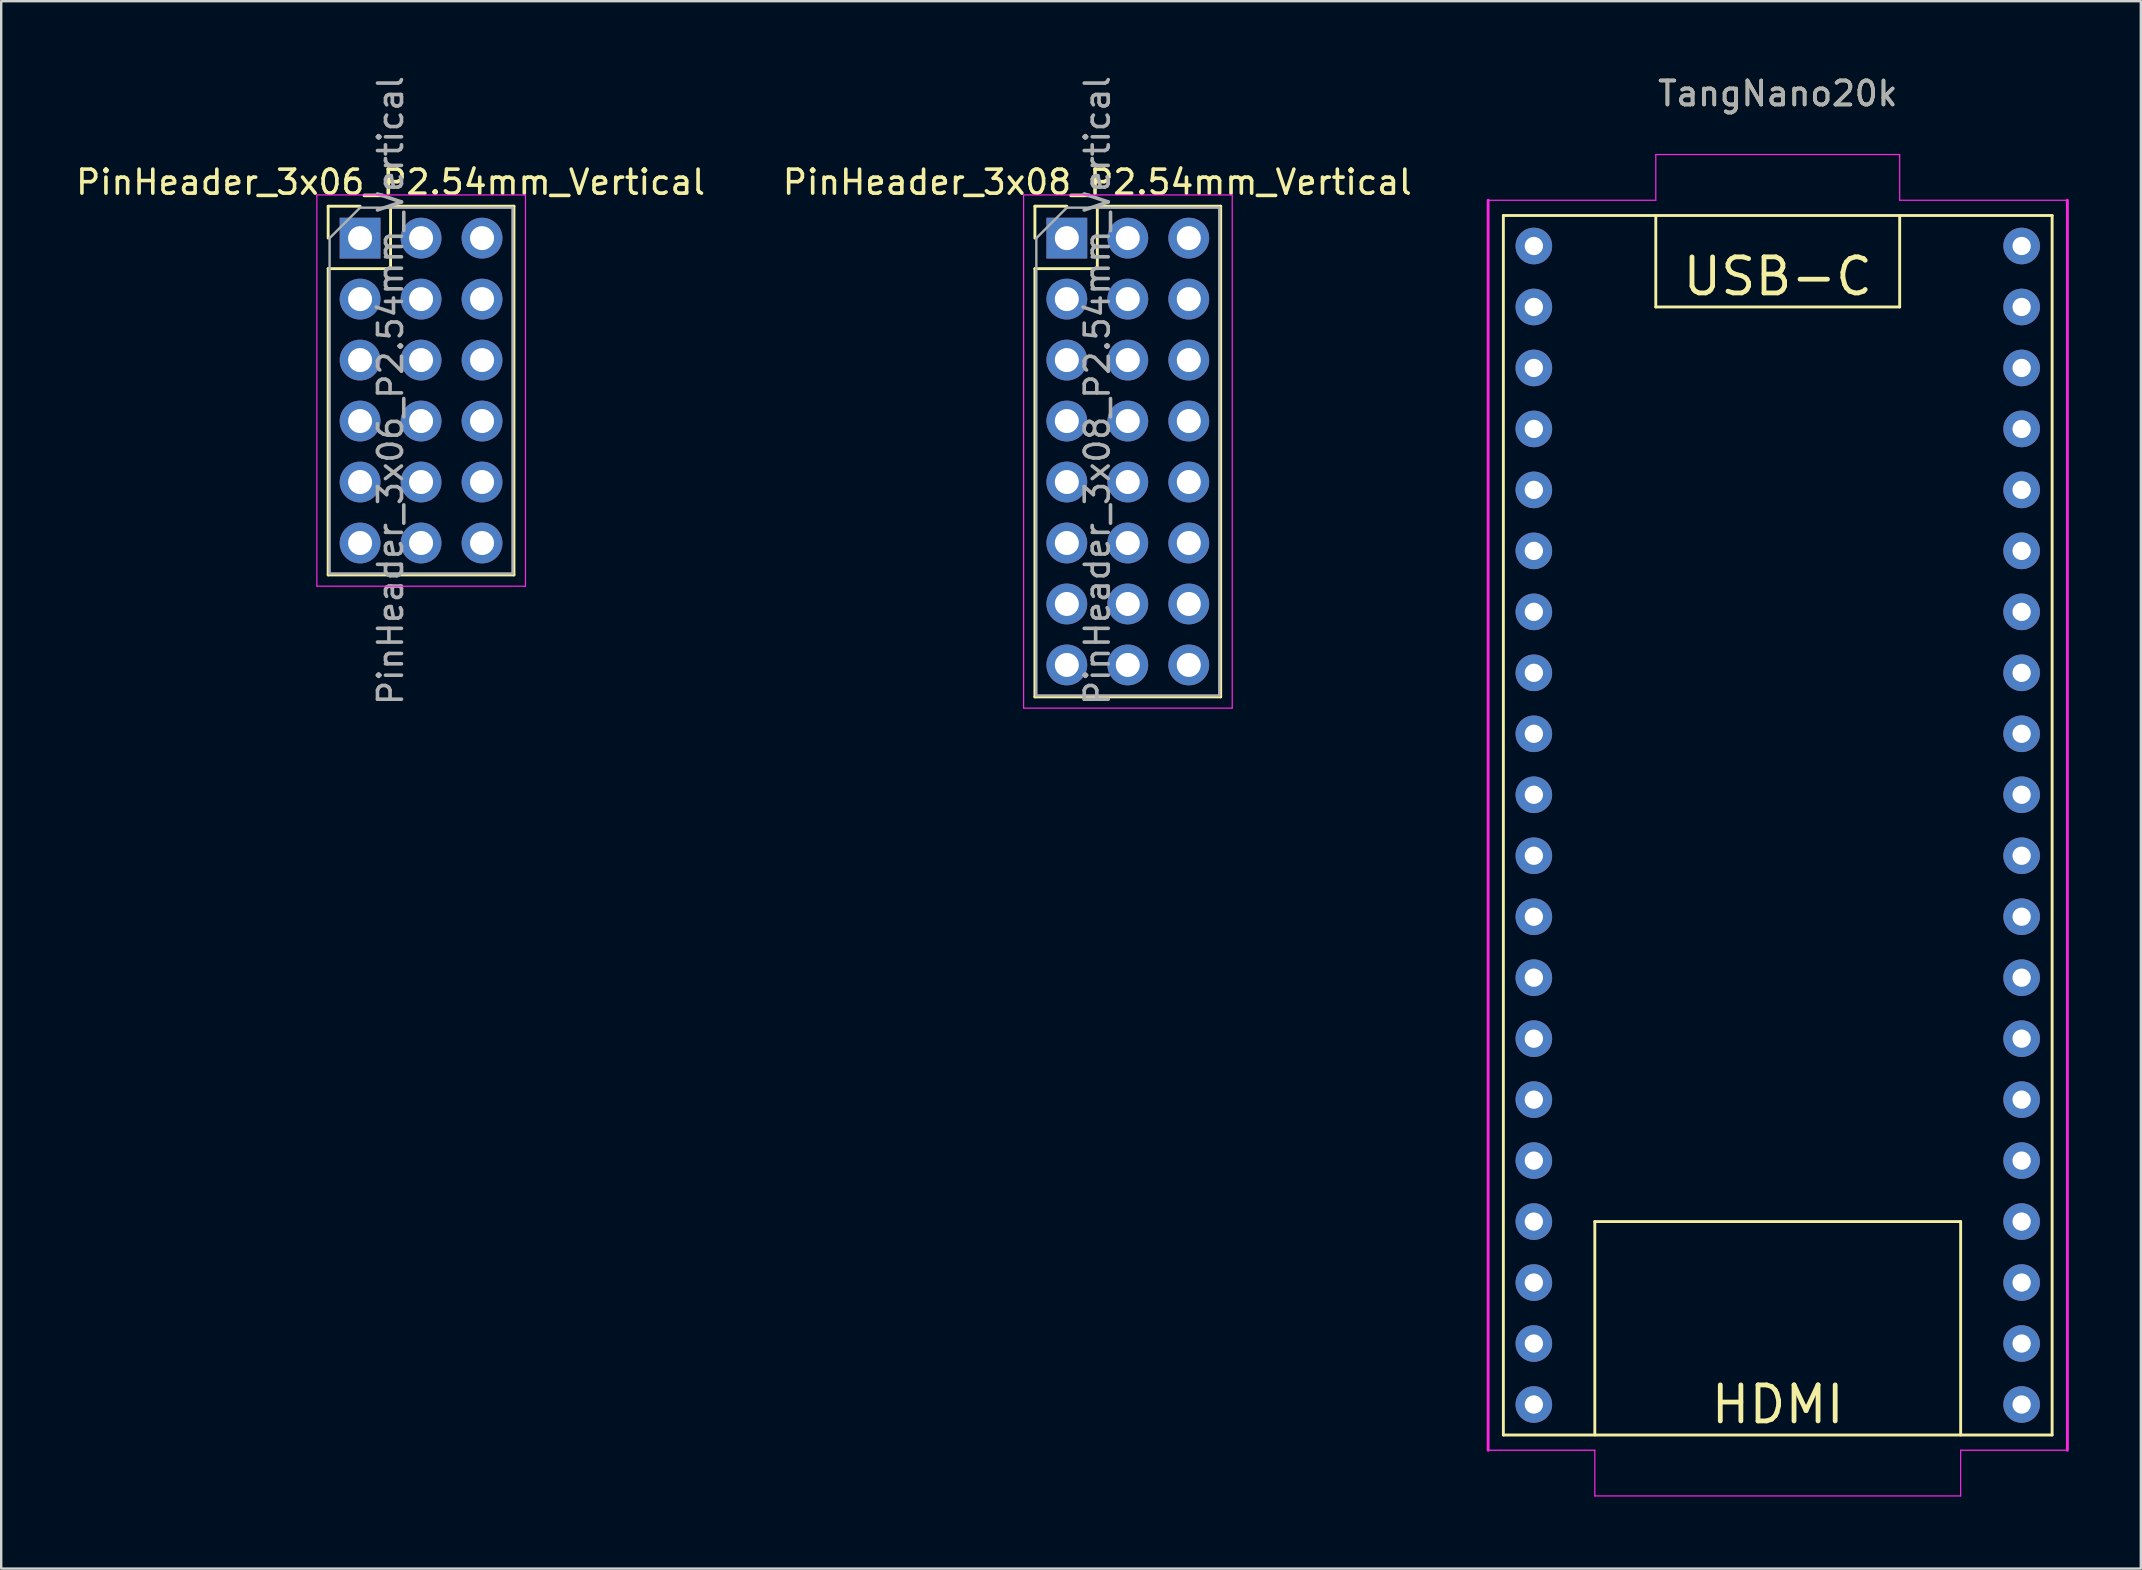
<source format=kicad_pcb>
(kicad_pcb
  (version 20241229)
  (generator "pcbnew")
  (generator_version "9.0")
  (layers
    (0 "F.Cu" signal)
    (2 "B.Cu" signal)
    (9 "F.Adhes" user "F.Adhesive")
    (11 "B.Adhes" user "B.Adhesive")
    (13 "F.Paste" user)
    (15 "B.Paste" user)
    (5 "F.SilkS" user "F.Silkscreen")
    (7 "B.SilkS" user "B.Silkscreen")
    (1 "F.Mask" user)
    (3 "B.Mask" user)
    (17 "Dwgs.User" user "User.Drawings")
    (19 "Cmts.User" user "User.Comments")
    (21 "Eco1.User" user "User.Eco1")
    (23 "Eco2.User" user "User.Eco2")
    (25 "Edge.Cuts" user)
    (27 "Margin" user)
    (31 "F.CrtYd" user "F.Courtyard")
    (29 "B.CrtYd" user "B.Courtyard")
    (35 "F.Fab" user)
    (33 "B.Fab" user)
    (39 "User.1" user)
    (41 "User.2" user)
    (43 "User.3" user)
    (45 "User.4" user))
  (footprint "TangNano20k"
    (layer "F.Cu")
    (at 60.846 7.198)
    (property "Reference" "TangNano20k" (at 10.16 -6.35 0) (unlocked yes) (layer "F.SilkS") (effects (font (size 1 1) (thickness 0.15))))
    (attr through_hole)
    (fp_line (start -1.27 -1.27) (end 21.59 -1.27) (stroke (width 0.12) (type solid)) (layer "F.SilkS"))
    (fp_line (start -1.27 49.53) (end -1.27 -1.27) (stroke (width 0.12) (type solid)) (layer "F.SilkS"))
    (fp_line (start 2.54 40.64) (end 2.54 49.53) (stroke (width 0.12) (type solid)) (layer "F.SilkS"))
    (fp_line (start 5.08 2.54) (end 5.08 -1.27) (stroke (width 0.12) (type solid)) (layer "F.SilkS"))
    (fp_line (start 15.24 -1.27) (end 15.24 2.54) (stroke (width 0.12) (type solid)) (layer "F.SilkS"))
    (fp_line (start 15.24 2.54) (end 5.08 2.54) (stroke (width 0.12) (type solid)) (layer "F.SilkS"))
    (fp_line (start 17.78 40.64) (end 2.54 40.64) (stroke (width 0.12) (type solid)) (layer "F.SilkS"))
    (fp_line (start 17.78 49.53) (end 17.78 40.64) (stroke (width 0.12) (type solid)) (layer "F.SilkS"))
    (fp_line (start 21.59 -1.27) (end 21.59 49.53) (stroke (width 0.12) (type solid)) (layer "F.SilkS"))
    (fp_line (start 21.59 49.53) (end -1.27 49.53) (stroke (width 0.12) (type solid)) (layer "F.SilkS"))
    (fp_line (start -1.905 -1.905) (end 5.08 -1.905) (stroke (width 0.05) (type solid)) (layer "F.CrtYd"))
    (fp_line (start -1.905 50.165) (end -1.905 -1.905) (stroke (width 0.12) (type solid)) (layer "F.CrtYd"))
    (fp_line (start -1.905 50.165) (end 2.54 50.165) (stroke (width 0.05) (type solid)) (layer "F.CrtYd"))
    (fp_line (start 2.54 50.165) (end 2.54 52.07) (stroke (width 0.05) (type solid)) (layer "F.CrtYd"))
    (fp_line (start 2.54 52.07) (end 17.78 52.07) (stroke (width 0.05) (type solid)) (layer "F.CrtYd"))
    (fp_line (start 5.08 -3.81) (end 15.24 -3.81) (stroke (width 0.05) (type solid)) (layer "F.CrtYd"))
    (fp_line (start 5.08 -1.905) (end 5.08 -3.81) (stroke (width 0.05) (type solid)) (layer "F.CrtYd"))
    (fp_line (start 15.24 -3.81) (end 15.24 -1.905) (stroke (width 0.05) (type solid)) (layer "F.CrtYd"))
    (fp_line (start 15.24 -1.905) (end 22.225 -1.905) (stroke (width 0.05) (type solid)) (layer "F.CrtYd"))
    (fp_line (start 17.78 50.165) (end 22.225 50.165) (stroke (width 0.05) (type solid)) (layer "F.CrtYd"))
    (fp_line (start 17.78 52.07) (end 17.78 50.165) (stroke (width 0.05) (type solid)) (layer "F.CrtYd"))
    (fp_line (start 22.225 -1.905) (end 22.225 50.165) (stroke (width 0.12) (type solid)) (layer "F.CrtYd"))
    (fp_text user "USB-C" (at 10.16 1.27 0) (unlocked yes) (layer "F.SilkS") (effects (font (size 1.5 1.5) (thickness 0.2))))
    (fp_text user "HDMI" (at 10.16 48.26 0) (unlocked yes) (layer "F.SilkS") (effects (font (size 1.5 1.5) (thickness 0.2))))
    (fp_text user "${REFERENCE}" (at 10.16 -6.35 0) (unlocked yes) (layer "F.Fab") (effects (font (size 1 1) (thickness 0.15))))
    (pad "1" thru_hole circle (at 0 0) (size 1.524 1.524) (drill 0.762) (layers "*.Cu" "*.Mask"))
    (pad "2" thru_hole circle (at 0 2.54) (size 1.524 1.524) (drill 0.762) (layers "*.Cu" "*.Mask"))
    (pad "3" thru_hole circle (at 0 5.08) (size 1.524 1.524) (drill 0.762) (layers "*.Cu" "*.Mask"))
    (pad "4" thru_hole circle (at 0 7.62) (size 1.524 1.524) (drill 0.762) (layers "*.Cu" "*.Mask"))
    (pad "5" thru_hole circle (at 0 10.16) (size 1.524 1.524) (drill 0.762) (layers "*.Cu" "*.Mask"))
    (pad "6" thru_hole circle (at 0 12.7) (size 1.524 1.524) (drill 0.762) (layers "*.Cu" "*.Mask"))
    (pad "7" thru_hole circle (at 0 15.24) (size 1.524 1.524) (drill 0.762) (layers "*.Cu" "*.Mask"))
    (pad "8" thru_hole circle (at 0 17.78) (size 1.524 1.524) (drill 0.762) (layers "*.Cu" "*.Mask"))
    (pad "9" thru_hole circle (at 0 20.32) (size 1.524 1.524) (drill 0.762) (layers "*.Cu" "*.Mask"))
    (pad "10" thru_hole circle (at 0 22.86) (size 1.524 1.524) (drill 0.762) (layers "*.Cu" "*.Mask"))
    (pad "11" thru_hole circle (at 0 25.4) (size 1.524 1.524) (drill 0.762) (layers "*.Cu" "*.Mask"))
    (pad "12" thru_hole circle (at 0 27.94) (size 1.524 1.524) (drill 0.762) (layers "*.Cu" "*.Mask"))
    (pad "13" thru_hole circle (at 0 30.48) (size 1.524 1.524) (drill 0.762) (layers "*.Cu" "*.Mask"))
    (pad "14" thru_hole circle (at 0 33.02) (size 1.524 1.524) (drill 0.762) (layers "*.Cu" "*.Mask"))
    (pad "15" thru_hole circle (at 0 35.56) (size 1.524 1.524) (drill 0.762) (layers "*.Cu" "*.Mask"))
    (pad "16" thru_hole circle (at 0 38.1) (size 1.524 1.524) (drill 0.762) (layers "*.Cu" "*.Mask"))
    (pad "17" thru_hole circle (at 0 40.64) (size 1.524 1.524) (drill 0.762) (layers "*.Cu" "*.Mask"))
    (pad "18" thru_hole circle (at 0 43.18) (size 1.524 1.524) (drill 0.762) (layers "*.Cu" "*.Mask"))
    (pad "19" thru_hole circle (at 0 45.72) (size 1.524 1.524) (drill 0.762) (layers "*.Cu" "*.Mask"))
    (pad "20" thru_hole circle (at 0 48.26) (size 1.524 1.524) (drill 0.762) (layers "*.Cu" "*.Mask"))
    (pad "21" thru_hole circle (at 20.32 48.26) (size 1.524 1.524) (drill 0.762) (layers "*.Cu" "*.Mask"))
    (pad "22" thru_hole circle (at 20.32 45.72) (size 1.524 1.524) (drill 0.762) (layers "*.Cu" "*.Mask"))
    (pad "23" thru_hole circle (at 20.32 43.18) (size 1.524 1.524) (drill 0.762) (layers "*.Cu" "*.Mask"))
    (pad "24" thru_hole circle (at 20.32 40.64) (size 1.524 1.524) (drill 0.762) (layers "*.Cu" "*.Mask"))
    (pad "25" thru_hole circle (at 20.32 38.1) (size 1.524 1.524) (drill 0.762) (layers "*.Cu" "*.Mask"))
    (pad "26" thru_hole circle (at 20.32 35.56) (size 1.524 1.524) (drill 0.762) (layers "*.Cu" "*.Mask"))
    (pad "27" thru_hole circle (at 20.32 33.02) (size 1.524 1.524) (drill 0.762) (layers "*.Cu" "*.Mask"))
    (pad "28" thru_hole circle (at 20.32 30.48) (size 1.524 1.524) (drill 0.762) (layers "*.Cu" "*.Mask"))
    (pad "29" thru_hole circle (at 20.32 27.94) (size 1.524 1.524) (drill 0.762) (layers "*.Cu" "*.Mask"))
    (pad "30" thru_hole circle (at 20.32 25.4) (size 1.524 1.524) (drill 0.762) (layers "*.Cu" "*.Mask"))
    (pad "31" thru_hole circle (at 20.32 22.86) (size 1.524 1.524) (drill 0.762) (layers "*.Cu" "*.Mask"))
    (pad "32" thru_hole circle (at 20.32 20.32) (size 1.524 1.524) (drill 0.762) (layers "*.Cu" "*.Mask"))
    (pad "33" thru_hole circle (at 20.32 17.78) (size 1.524 1.524) (drill 0.762) (layers "*.Cu" "*.Mask"))
    (pad "34" thru_hole circle (at 20.32 15.24) (size 1.524 1.524) (drill 0.762) (layers "*.Cu" "*.Mask"))
    (pad "35" thru_hole circle (at 20.32 12.7) (size 1.524 1.524) (drill 0.762) (layers "*.Cu" "*.Mask"))
    (pad "36" thru_hole circle (at 20.32 10.16) (size 1.524 1.524) (drill 0.762) (layers "*.Cu" "*.Mask"))
    (pad "37" thru_hole circle (at 20.32 7.62) (size 1.524 1.524) (drill 0.762) (layers "*.Cu" "*.Mask"))
    (pad "38" thru_hole circle (at 20.32 5.08) (size 1.524 1.524) (drill 0.762) (layers "*.Cu" "*.Mask"))
    (pad "39" thru_hole circle (at 20.32 2.54) (size 1.524 1.524) (drill 0.762) (layers "*.Cu" "*.Mask"))
    (pad "40" thru_hole circle (at 20.32 0) (size 1.524 1.524) (drill 0.762) (layers "*.Cu" "*.Mask")))
  (footprint "PinHeader_3x08_P2.54mm_Vertical"
    (layer "F.Cu")
    (at 41.391 6.87)
    (property "Reference" "PinHeader_3x08_P2.54mm_Vertical" (at 1.27 -2.33 0) (layer "F.SilkS") (effects (font (size 1 1) (thickness 0.15))))
    (attr through_hole)
    (fp_line (start -1.33 -1.33) (end 0 -1.33) (stroke (width 0.12) (type solid)) (layer "F.SilkS"))
    (fp_line (start -1.33 0) (end -1.33 -1.33) (stroke (width 0.12) (type solid)) (layer "F.SilkS"))
    (fp_line (start -1.33 1.27) (end -1.33 19.11) (stroke (width 0.12) (type solid)) (layer "F.SilkS"))
    (fp_line (start -1.33 1.27) (end 1.27 1.27) (stroke (width 0.12) (type solid)) (layer "F.SilkS"))
    (fp_line (start -1.33 19.11) (end 6.41 19.11) (stroke (width 0.12) (type solid)) (layer "F.SilkS"))
    (fp_line (start 1.27 -1.33) (end 6.41 -1.33) (stroke (width 0.12) (type solid)) (layer "F.SilkS"))
    (fp_line (start 1.27 1.27) (end 1.27 -1.33) (stroke (width 0.12) (type solid)) (layer "F.SilkS"))
    (fp_line (start 6.41 -1.33) (end 6.41 19.11) (stroke (width 0.12) (type solid)) (layer "F.SilkS"))
    (fp_line (start -1.8 -1.8) (end -1.8 19.58) (stroke (width 0.05) (type solid)) (layer "F.CrtYd"))
    (fp_line (start -1.8 19.58) (end 6.89 19.58) (stroke (width 0.05) (type solid)) (layer "F.CrtYd"))
    (fp_line (start 6.89 -1.8) (end -1.8 -1.8) (stroke (width 0.05) (type solid)) (layer "F.CrtYd"))
    (fp_line (start 6.89 19.58) (end 6.89 -1.8) (stroke (width 0.05) (type solid)) (layer "F.CrtYd"))
    (fp_line (start -1.27 0) (end 0 -1.27) (stroke (width 0.1) (type solid)) (layer "F.Fab"))
    (fp_line (start -1.27 19.05) (end -1.27 0) (stroke (width 0.1) (type solid)) (layer "F.Fab"))
    (fp_line (start 0 -1.27) (end 6.35 -1.27) (stroke (width 0.1) (type solid)) (layer "F.Fab"))
    (fp_line (start 6.35 -1.27) (end 6.35 19.05) (stroke (width 0.1) (type solid)) (layer "F.Fab"))
    (fp_line (start 6.35 19.05) (end -1.27 19.05) (stroke (width 0.1) (type solid)) (layer "F.Fab"))
    (fp_text user "${REFERENCE}" (at 1.27 6.35 90) (layer "F.Fab") (effects (font (size 1 1) (thickness 0.15))))
    (pad "1" thru_hole rect (at 0 0) (size 1.7 1.7) (drill 1) (layers "*.Cu" "*.Mask"))
    (pad "2" thru_hole oval (at 0 2.54) (size 1.7 1.7) (drill 1) (layers "*.Cu" "*.Mask"))
    (pad "3" thru_hole oval (at 0 5.08) (size 1.7 1.7) (drill 1) (layers "*.Cu" "*.Mask"))
    (pad "4" thru_hole oval (at 0 7.62) (size 1.7 1.7) (drill 1) (layers "*.Cu" "*.Mask"))
    (pad "5" thru_hole oval (at 0 10.16) (size 1.7 1.7) (drill 1) (layers "*.Cu" "*.Mask"))
    (pad "6" thru_hole oval (at 0 12.7) (size 1.7 1.7) (drill 1) (layers "*.Cu" "*.Mask"))
    (pad "7" thru_hole oval (at 0 15.24) (size 1.7 1.7) (drill 1) (layers "*.Cu" "*.Mask"))
    (pad "8" thru_hole oval (at 0 17.78) (size 1.7 1.7) (drill 1) (layers "*.Cu" "*.Mask"))
    (pad "9" thru_hole oval (at 2.54 0) (size 1.7 1.7) (drill 1) (layers "*.Cu" "*.Mask"))
    (pad "10" thru_hole oval (at 2.54 2.54) (size 1.7 1.7) (drill 1) (layers "*.Cu" "*.Mask"))
    (pad "11" thru_hole oval (at 2.54 5.08) (size 1.7 1.7) (drill 1) (layers "*.Cu" "*.Mask"))
    (pad "12" thru_hole oval (at 2.54 7.62) (size 1.7 1.7) (drill 1) (layers "*.Cu" "*.Mask"))
    (pad "13" thru_hole oval (at 2.54 10.16) (size 1.7 1.7) (drill 1) (layers "*.Cu" "*.Mask"))
    (pad "14" thru_hole oval (at 2.54 12.7) (size 1.7 1.7) (drill 1) (layers "*.Cu" "*.Mask"))
    (pad "15" thru_hole oval (at 2.54 15.24) (size 1.7 1.7) (drill 1) (layers "*.Cu" "*.Mask"))
    (pad "16" thru_hole oval (at 2.54 17.78) (size 1.7 1.7) (drill 1) (layers "*.Cu" "*.Mask"))
    (pad "17" thru_hole oval (at 5.08 0) (size 1.7 1.7) (drill 1) (layers "*.Cu" "*.Mask"))
    (pad "18" thru_hole oval (at 5.08 2.54) (size 1.7 1.7) (drill 1) (layers "*.Cu" "*.Mask"))
    (pad "19" thru_hole oval (at 5.08 5.08) (size 1.7 1.7) (drill 1) (layers "*.Cu" "*.Mask"))
    (pad "20" thru_hole oval (at 5.08 7.62) (size 1.7 1.7) (drill 1) (layers "*.Cu" "*.Mask"))
    (pad "21" thru_hole oval (at 5.08 10.16) (size 1.7 1.7) (drill 1) (layers "*.Cu" "*.Mask"))
    (pad "22" thru_hole oval (at 5.08 12.7) (size 1.7 1.7) (drill 1) (layers "*.Cu" "*.Mask"))
    (pad "23" thru_hole oval (at 5.08 15.24) (size 1.7 1.7) (drill 1) (layers "*.Cu" "*.Mask"))
    (pad "24" thru_hole oval (at 5.08 17.78) (size 1.7 1.7) (drill 1) (layers "*.Cu" "*.Mask")))
  (footprint "PinHeader_3x06_P2.54mm_Vertical"
    (layer "F.Cu")
    (at 11.95 6.87)
    (property "Reference" "PinHeader_3x06_P2.54mm_Vertical" (at 1.27 -2.33 0) (layer "F.SilkS") (effects (font (size 1 1) (thickness 0.15))))
    (attr through_hole)
    (fp_line (start -1.33 -1.33) (end 0 -1.33) (stroke (width 0.12) (type solid)) (layer "F.SilkS"))
    (fp_line (start -1.33 0) (end -1.33 -1.33) (stroke (width 0.12) (type solid)) (layer "F.SilkS"))
    (fp_line (start -1.33 1.27) (end -1.33 14.03) (stroke (width 0.12) (type solid)) (layer "F.SilkS"))
    (fp_line (start -1.33 1.27) (end 1.27 1.27) (stroke (width 0.12) (type solid)) (layer "F.SilkS"))
    (fp_line (start -1.33 14.03) (end 6.41 14.03) (stroke (width 0.12) (type solid)) (layer "F.SilkS"))
    (fp_line (start 1.27 -1.33) (end 6.41 -1.33) (stroke (width 0.12) (type solid)) (layer "F.SilkS"))
    (fp_line (start 1.27 1.27) (end 1.27 -1.33) (stroke (width 0.12) (type solid)) (layer "F.SilkS"))
    (fp_line (start 6.41 -1.33) (end 6.41 14.03) (stroke (width 0.12) (type solid)) (layer "F.SilkS"))
    (fp_line (start -1.8 -1.8) (end -1.8 14.5) (stroke (width 0.05) (type solid)) (layer "F.CrtYd"))
    (fp_line (start -1.8 14.5) (end 6.89 14.5) (stroke (width 0.05) (type solid)) (layer "F.CrtYd"))
    (fp_line (start 6.89 -1.8) (end -1.8 -1.8) (stroke (width 0.05) (type solid)) (layer "F.CrtYd"))
    (fp_line (start 6.89 14.5) (end 6.89 -1.8) (stroke (width 0.05) (type solid)) (layer "F.CrtYd"))
    (fp_line (start -1.27 0) (end 0 -1.27) (stroke (width 0.1) (type solid)) (layer "F.Fab"))
    (fp_line (start -1.27 13.97) (end -1.27 0) (stroke (width 0.1) (type solid)) (layer "F.Fab"))
    (fp_line (start 0 -1.27) (end 6.35 -1.27) (stroke (width 0.1) (type solid)) (layer "F.Fab"))
    (fp_line (start 6.35 -1.27) (end 6.35 13.97) (stroke (width 0.1) (type solid)) (layer "F.Fab"))
    (fp_line (start 6.35 13.97) (end -1.27 13.97) (stroke (width 0.1) (type solid)) (layer "F.Fab"))
    (fp_text user "${REFERENCE}" (at 1.27 6.35 90) (layer "F.Fab") (effects (font (size 1 1) (thickness 0.15))))
    (pad "1" thru_hole rect (at 0 0) (size 1.7 1.7) (drill 1) (layers "*.Cu" "*.Mask"))
    (pad "2" thru_hole oval (at 0 2.54) (size 1.7 1.7) (drill 1) (layers "*.Cu" "*.Mask"))
    (pad "3" thru_hole oval (at 0 5.08) (size 1.7 1.7) (drill 1) (layers "*.Cu" "*.Mask"))
    (pad "4" thru_hole oval (at 0 7.62) (size 1.7 1.7) (drill 1) (layers "*.Cu" "*.Mask"))
    (pad "5" thru_hole oval (at 0 10.16) (size 1.7 1.7) (drill 1) (layers "*.Cu" "*.Mask"))
    (pad "6" thru_hole oval (at 0 12.7) (size 1.7 1.7) (drill 1) (layers "*.Cu" "*.Mask"))
    (pad "7" thru_hole oval (at 2.54 0) (size 1.7 1.7) (drill 1) (layers "*.Cu" "*.Mask"))
    (pad "8" thru_hole oval (at 2.54 2.54) (size 1.7 1.7) (drill 1) (layers "*.Cu" "*.Mask"))
    (pad "9" thru_hole oval (at 2.54 5.08) (size 1.7 1.7) (drill 1) (layers "*.Cu" "*.Mask"))
    (pad "10" thru_hole oval (at 2.54 7.62) (size 1.7 1.7) (drill 1) (layers "*.Cu" "*.Mask"))
    (pad "11" thru_hole oval (at 2.54 10.16) (size 1.7 1.7) (drill 1) (layers "*.Cu" "*.Mask"))
    (pad "12" thru_hole oval (at 2.54 12.7) (size 1.7 1.7) (drill 1) (layers "*.Cu" "*.Mask"))
    (pad "13" thru_hole oval (at 5.08 0) (size 1.7 1.7) (drill 1) (layers "*.Cu" "*.Mask"))
    (pad "14" thru_hole oval (at 5.08 2.54) (size 1.7 1.7) (drill 1) (layers "*.Cu" "*.Mask"))
    (pad "15" thru_hole oval (at 5.08 5.08) (size 1.7 1.7) (drill 1) (layers "*.Cu" "*.Mask"))
    (pad "16" thru_hole oval (at 5.08 7.62) (size 1.7 1.7) (drill 1) (layers "*.Cu" "*.Mask"))
    (pad "17" thru_hole oval (at 5.08 10.16) (size 1.7 1.7) (drill 1) (layers "*.Cu" "*.Mask"))
    (pad "18" thru_hole oval (at 5.08 12.7) (size 1.7 1.7) (drill 1) (layers "*.Cu" "*.Mask")))
  (gr_rect
    (start -3 -3)
    (end 86.131 62.293)
    (stroke (width 0.1) (type default))
    (fill no)
    (layer "Edge.Cuts")))
</source>
